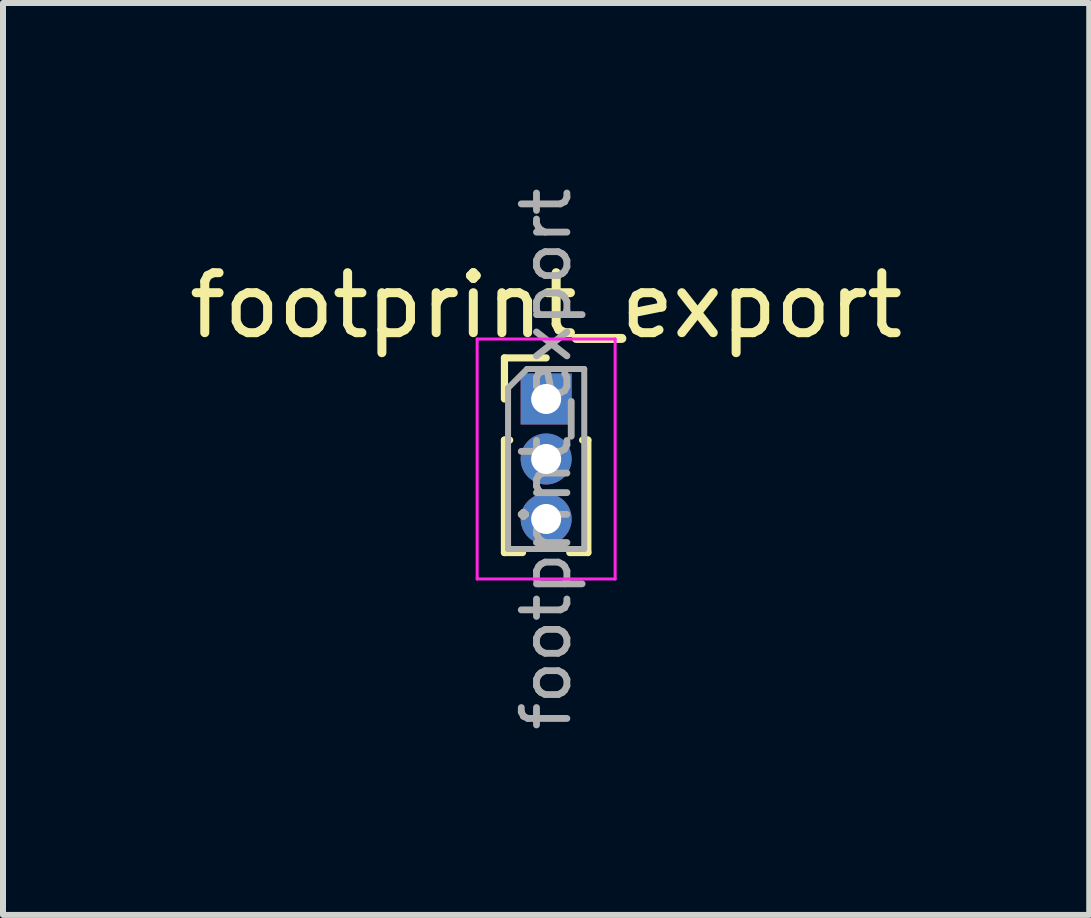
<source format=kicad_pcb>
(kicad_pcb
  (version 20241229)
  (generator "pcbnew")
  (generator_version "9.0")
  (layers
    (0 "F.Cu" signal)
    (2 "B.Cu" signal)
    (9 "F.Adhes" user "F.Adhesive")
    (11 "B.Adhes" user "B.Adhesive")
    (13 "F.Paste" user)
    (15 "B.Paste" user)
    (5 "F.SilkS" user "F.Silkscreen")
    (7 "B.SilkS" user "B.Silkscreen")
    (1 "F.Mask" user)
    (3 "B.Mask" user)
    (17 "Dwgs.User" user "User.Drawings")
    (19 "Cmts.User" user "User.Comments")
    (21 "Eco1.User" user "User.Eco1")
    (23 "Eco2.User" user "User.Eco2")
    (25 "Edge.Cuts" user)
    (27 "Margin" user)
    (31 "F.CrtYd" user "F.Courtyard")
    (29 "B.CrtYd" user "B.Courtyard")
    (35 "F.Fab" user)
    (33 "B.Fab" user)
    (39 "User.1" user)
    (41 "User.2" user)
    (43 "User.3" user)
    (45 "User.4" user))
  (footprint "footprint_export"
    (layer "F.Cu")
    (at 6.054 3.601)
    (property "Reference" "footprint_export" (at 0 -1.56 0) (layer "F.SilkS") (effects (font (size 1 1) (thickness 0.15))))
    (attr through_hole)
    (fp_line (start -0.695 -0.685) (end 0 -0.685) (stroke (width 0.12) (type solid)) (layer "F.SilkS"))
    (fp_line (start -0.695 0) (end -0.695 -0.685) (stroke (width 0.12) (type solid)) (layer "F.SilkS"))
    (fp_line (start -0.695 0.685) (end -0.695 2.56) (stroke (width 0.12) (type solid)) (layer "F.SilkS"))
    (fp_line (start -0.695 0.685) (end -0.608 0.685) (stroke (width 0.12) (type solid)) (layer "F.SilkS"))
    (fp_line (start -0.695 2.56) (end -0.394 2.56) (stroke (width 0.12) (type solid)) (layer "F.SilkS"))
    (fp_line (start 0.394 2.56) (end 0.695 2.56) (stroke (width 0.12) (type solid)) (layer "F.SilkS"))
    (fp_line (start 0.608 0.685) (end 0.695 0.685) (stroke (width 0.12) (type solid)) (layer "F.SilkS"))
    (fp_line (start 0.695 0.685) (end 0.695 2.56) (stroke (width 0.12) (type solid)) (layer "F.SilkS"))
    (fp_line (start -1.15 -1) (end -1.15 3) (stroke (width 0.05) (type solid)) (layer "F.CrtYd"))
    (fp_line (start -1.15 3) (end 1.15 3) (stroke (width 0.05) (type solid)) (layer "F.CrtYd"))
    (fp_line (start 1.15 -1) (end -1.15 -1) (stroke (width 0.05) (type solid)) (layer "F.CrtYd"))
    (fp_line (start 1.15 3) (end 1.15 -1) (stroke (width 0.05) (type solid)) (layer "F.CrtYd"))
    (fp_line (start -0.635 -0.182) (end -0.318 -0.5) (stroke (width 0.1) (type solid)) (layer "F.Fab"))
    (fp_line (start -0.635 2.5) (end -0.635 -0.182) (stroke (width 0.1) (type solid)) (layer "F.Fab"))
    (fp_line (start -0.318 -0.5) (end 0.635 -0.5) (stroke (width 0.1) (type solid)) (layer "F.Fab"))
    (fp_line (start 0.635 -0.5) (end 0.635 2.5) (stroke (width 0.1) (type solid)) (layer "F.Fab"))
    (fp_line (start 0.635 2.5) (end -0.635 2.5) (stroke (width 0.1) (type solid)) (layer "F.Fab"))
    (fp_text user "${REFERENCE}" (at 0 1 90) (layer "F.Fab") (effects (font (size 0.76 0.76) (thickness 0.114))))
    (pad "1" thru_hole rect (at 0 0) (size 0.85 0.85) (drill 0.5) (layers "*.Cu" "*.Mask"))
    (pad "2" thru_hole oval (at 0 1) (size 0.85 0.85) (drill 0.5) (layers "*.Cu" "*.Mask"))
    (pad "3" thru_hole oval (at 0 2) (size 0.85 0.85) (drill 0.5) (layers "*.Cu" "*.Mask")))
  (gr_rect
    (start -3 -3)
    (end 15.107 12.201)
    (stroke (width 0.1) (type default))
    (fill no)
    (layer "Edge.Cuts")))
</source>
